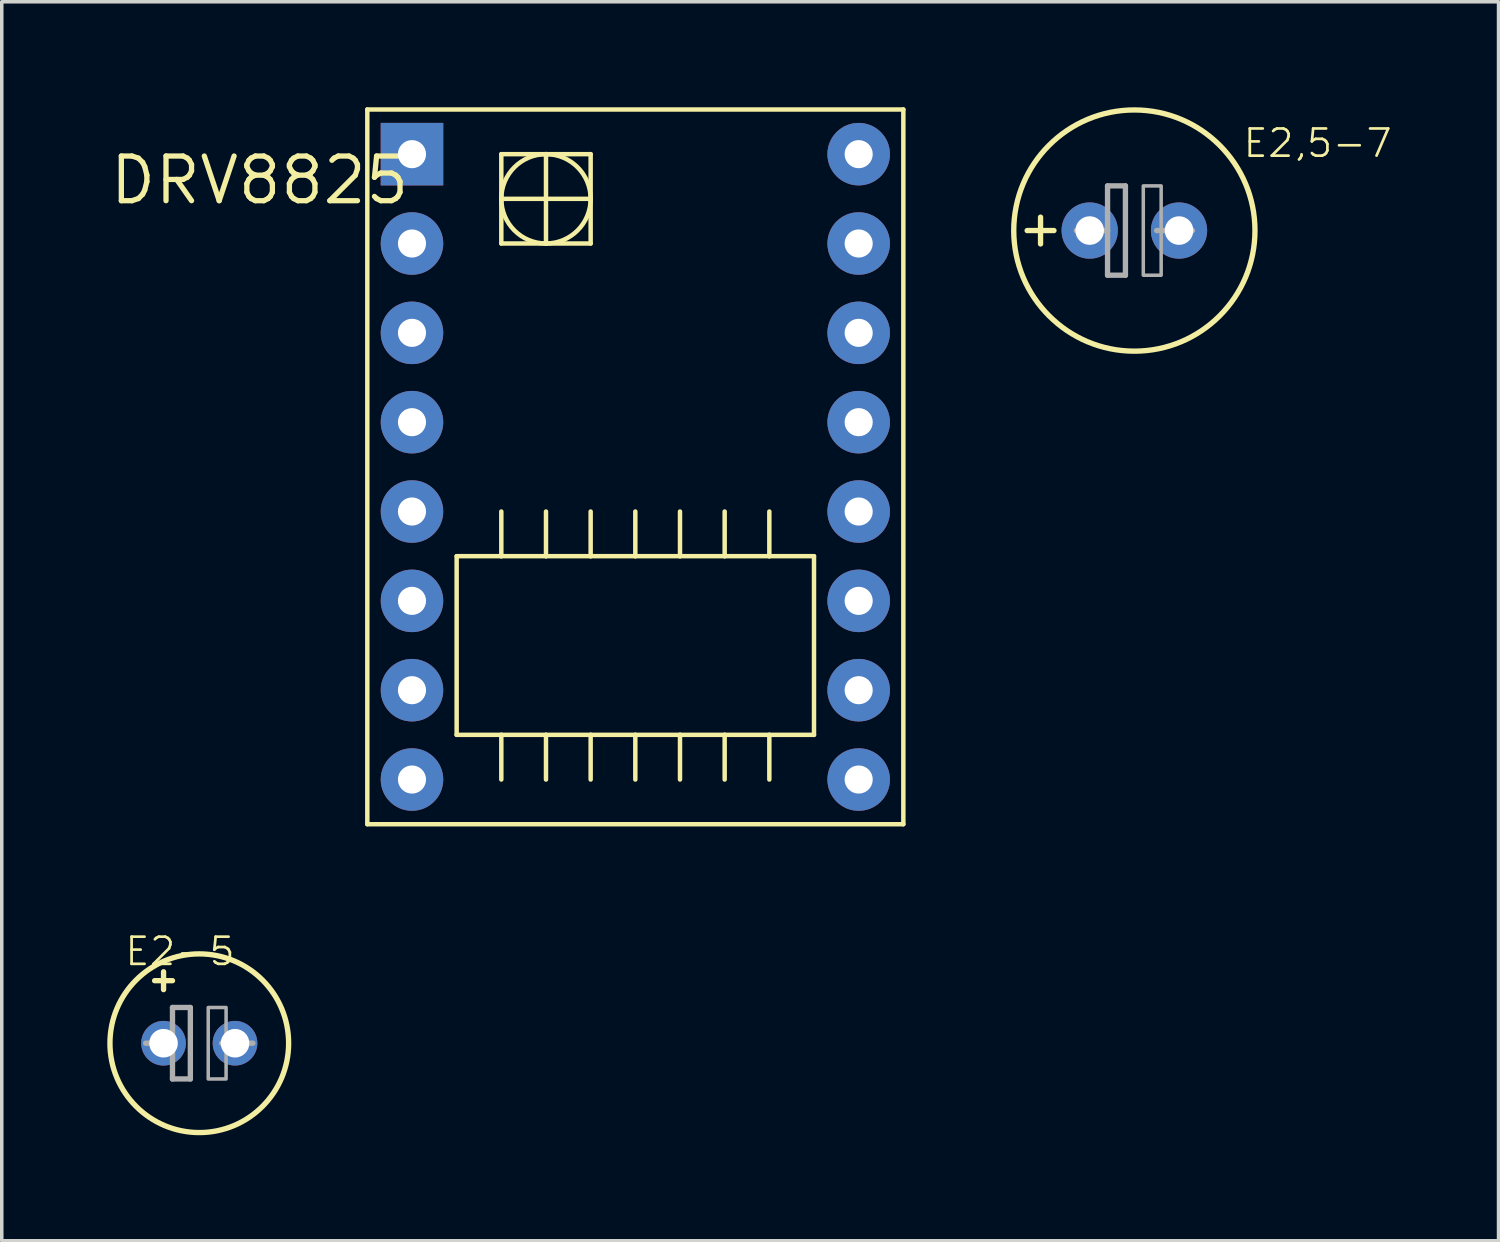
<source format=kicad_pcb>
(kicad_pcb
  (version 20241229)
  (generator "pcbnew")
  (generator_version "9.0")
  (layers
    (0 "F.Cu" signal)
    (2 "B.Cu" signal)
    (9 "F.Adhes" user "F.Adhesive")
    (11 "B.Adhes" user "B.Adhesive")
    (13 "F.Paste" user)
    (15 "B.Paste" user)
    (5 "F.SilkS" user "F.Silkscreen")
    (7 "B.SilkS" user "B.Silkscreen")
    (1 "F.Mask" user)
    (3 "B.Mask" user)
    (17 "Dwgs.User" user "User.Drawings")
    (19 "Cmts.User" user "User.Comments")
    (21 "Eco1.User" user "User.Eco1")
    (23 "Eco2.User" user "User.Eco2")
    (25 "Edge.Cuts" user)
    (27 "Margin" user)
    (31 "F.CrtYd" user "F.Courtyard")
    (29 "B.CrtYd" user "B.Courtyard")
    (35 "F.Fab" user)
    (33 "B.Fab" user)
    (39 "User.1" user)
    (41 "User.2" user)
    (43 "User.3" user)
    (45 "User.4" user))
  (footprint "E2-5"
    (layer "F.Cu")
    (at 2.616 26.61)
    (property "Reference" "E2-5" (at -2.159 -2.159 0) (layer "F.SilkS") (effects (font (size 0.772 0.772) (thickness 0.077)) (justify left bottom)))
    (attr through_hole)
    (fp_line (start -1.27 -1.778) (end -0.762 -1.778) (stroke (width 0.152) (type solid)) (layer "F.SilkS"))
    (fp_line (start -1.016 -1.524) (end -1.016 -2.032) (stroke (width 0.152) (type solid)) (layer "F.SilkS"))
    (fp_circle (center 0 0) (end 2.54 0) (stroke (width 0.152) (type solid)) (fill no) (layer "F.SilkS"))
    (fp_line (start -1.524 0) (end -0.762 0) (stroke (width 0.152) (type solid)) (layer "F.Fab"))
    (fp_line (start -0.762 -1.016) (end -0.762 0) (stroke (width 0.152) (type solid)) (layer "F.Fab"))
    (fp_line (start -0.762 0) (end -0.762 1.016) (stroke (width 0.152) (type solid)) (layer "F.Fab"))
    (fp_line (start -0.762 1.016) (end -0.254 1.016) (stroke (width 0.152) (type solid)) (layer "F.Fab"))
    (fp_line (start -0.254 -1.016) (end -0.762 -1.016) (stroke (width 0.152) (type solid)) (layer "F.Fab"))
    (fp_line (start -0.254 1.016) (end -0.254 -1.016) (stroke (width 0.152) (type solid)) (layer "F.Fab"))
    (fp_line (start 0.635 0) (end 1.524 0) (stroke (width 0.152) (type solid)) (layer "F.Fab"))
    (fp_poly (pts (xy 0.254 1.016) (xy 0.762 1.016) (xy 0.762 -1.016) (xy 0.254 -1.016)) (stroke (width 0.1) (type solid)) (fill no) (layer "F.Fab"))
    (pad "+" thru_hole circle (at -1.016 0) (size 1.27 1.27) (drill 0.813) (layers "*.Cu" "*.Mask"))
    (pad "-" thru_hole circle (at 1.016 0) (size 1.27 1.27) (drill 0.813) (layers "*.Cu" "*.Mask")))
  (footprint "E2,5-7"
    (layer "F.Cu")
    (at 29.201 3.505)
    (property "Reference" "E2,5-7" (at 3.048 -2.032 0) (layer "F.SilkS") (effects (font (size 0.772 0.772) (thickness 0.077)) (justify left bottom)))
    (attr through_hole)
    (fp_line (start -3.048 0) (end -2.286 0) (stroke (width 0.152) (type solid)) (layer "F.SilkS"))
    (fp_line (start -2.667 0.381) (end -2.667 -0.381) (stroke (width 0.152) (type solid)) (layer "F.SilkS"))
    (fp_circle (center 0 0) (end 3.429 0) (stroke (width 0.152) (type solid)) (fill no) (layer "F.SilkS"))
    (fp_line (start -1.651 0) (end -0.762 0) (stroke (width 0.152) (type solid)) (layer "F.Fab"))
    (fp_line (start -0.762 -1.27) (end -0.762 0) (stroke (width 0.152) (type solid)) (layer "F.Fab"))
    (fp_line (start -0.762 0) (end -0.762 1.27) (stroke (width 0.152) (type solid)) (layer "F.Fab"))
    (fp_line (start -0.762 1.27) (end -0.254 1.27) (stroke (width 0.152) (type solid)) (layer "F.Fab"))
    (fp_line (start -0.254 -1.27) (end -0.762 -1.27) (stroke (width 0.152) (type solid)) (layer "F.Fab"))
    (fp_line (start -0.254 1.27) (end -0.254 -1.27) (stroke (width 0.152) (type solid)) (layer "F.Fab"))
    (fp_line (start 0.635 0) (end 1.651 0) (stroke (width 0.152) (type solid)) (layer "F.Fab"))
    (fp_poly (pts (xy 0.254 1.27) (xy 0.762 1.27) (xy 0.762 -1.27) (xy 0.254 -1.27)) (stroke (width 0.1) (type solid)) (fill no) (layer "F.Fab"))
    (pad "+" thru_hole circle (at -1.27 0) (size 1.6 1.6) (drill 0.813) (layers "*.Cu" "*.Mask"))
    (pad "-" thru_hole circle (at 1.27 0) (size 1.6 1.6) (drill 0.813) (layers "*.Cu" "*.Mask")))
  (footprint "DRV8825"
    (layer "F.Cu")
    (at 8.663 1.333)
    (property "Reference" "DRV8825" (at 0 0 0) (layer "F.SilkS") (effects (font (size 1.27 1.27) (thickness 0.15)) (justify right top)))
    (attr through_hole)
    (fp_line (start -1.27 -1.27) (end 13.97 -1.27) (stroke (width 0.127) (type solid)) (layer "F.SilkS"))
    (fp_line (start -1.27 19.05) (end -1.27 -1.27) (stroke (width 0.127) (type solid)) (layer "F.SilkS"))
    (fp_line (start 1.27 11.43) (end 1.27 16.51) (stroke (width 0.127) (type solid)) (layer "F.SilkS"))
    (fp_line (start 1.27 11.43) (end 2.54 11.43) (stroke (width 0.127) (type solid)) (layer "F.SilkS"))
    (fp_line (start 1.27 16.51) (end 2.54 16.51) (stroke (width 0.127) (type solid)) (layer "F.SilkS"))
    (fp_line (start 2.54 0) (end 2.54 1.27) (stroke (width 0.127) (type solid)) (layer "F.SilkS"))
    (fp_line (start 2.54 1.27) (end 2.54 2.54) (stroke (width 0.127) (type solid)) (layer "F.SilkS"))
    (fp_line (start 2.54 1.27) (end 5.08 1.27) (stroke (width 0.127) (type solid)) (layer "F.SilkS"))
    (fp_line (start 2.54 2.54) (end 3.81 2.54) (stroke (width 0.127) (type solid)) (layer "F.SilkS"))
    (fp_line (start 2.54 10.16) (end 2.54 11.43) (stroke (width 0.127) (type solid)) (layer "F.SilkS"))
    (fp_line (start 2.54 11.43) (end 3.81 11.43) (stroke (width 0.127) (type solid)) (layer "F.SilkS"))
    (fp_line (start 2.54 16.51) (end 2.54 17.78) (stroke (width 0.127) (type solid)) (layer "F.SilkS"))
    (fp_line (start 2.54 16.51) (end 3.81 16.51) (stroke (width 0.127) (type solid)) (layer "F.SilkS"))
    (fp_line (start 3.81 0) (end 2.54 0) (stroke (width 0.127) (type solid)) (layer "F.SilkS"))
    (fp_line (start 3.81 0) (end 3.81 2.54) (stroke (width 0.127) (type solid)) (layer "F.SilkS"))
    (fp_line (start 3.81 2.54) (end 5.08 2.54) (stroke (width 0.127) (type solid)) (layer "F.SilkS"))
    (fp_line (start 3.81 11.43) (end 3.81 10.16) (stroke (width 0.127) (type solid)) (layer "F.SilkS"))
    (fp_line (start 3.81 16.51) (end 3.81 17.78) (stroke (width 0.127) (type solid)) (layer "F.SilkS"))
    (fp_line (start 3.81 16.51) (end 5.08 16.51) (stroke (width 0.127) (type solid)) (layer "F.SilkS"))
    (fp_line (start 5.08 0) (end 3.81 0) (stroke (width 0.127) (type solid)) (layer "F.SilkS"))
    (fp_line (start 5.08 1.27) (end 5.08 0) (stroke (width 0.127) (type solid)) (layer "F.SilkS"))
    (fp_line (start 5.08 2.54) (end 5.08 1.27) (stroke (width 0.127) (type solid)) (layer "F.SilkS"))
    (fp_line (start 5.08 10.16) (end 5.08 11.43) (stroke (width 0.127) (type solid)) (layer "F.SilkS"))
    (fp_line (start 5.08 11.43) (end 3.81 11.43) (stroke (width 0.127) (type solid)) (layer "F.SilkS"))
    (fp_line (start 5.08 11.43) (end 6.35 11.43) (stroke (width 0.127) (type solid)) (layer "F.SilkS"))
    (fp_line (start 5.08 16.51) (end 5.08 17.78) (stroke (width 0.127) (type solid)) (layer "F.SilkS"))
    (fp_line (start 5.08 16.51) (end 6.35 16.51) (stroke (width 0.127) (type solid)) (layer "F.SilkS"))
    (fp_line (start 6.35 11.43) (end 6.35 10.16) (stroke (width 0.127) (type solid)) (layer "F.SilkS"))
    (fp_line (start 6.35 16.51) (end 6.35 17.78) (stroke (width 0.127) (type solid)) (layer "F.SilkS"))
    (fp_line (start 6.35 16.51) (end 7.62 16.51) (stroke (width 0.127) (type solid)) (layer "F.SilkS"))
    (fp_line (start 7.62 10.16) (end 7.62 11.43) (stroke (width 0.127) (type solid)) (layer "F.SilkS"))
    (fp_line (start 7.62 11.43) (end 6.35 11.43) (stroke (width 0.127) (type solid)) (layer "F.SilkS"))
    (fp_line (start 7.62 11.43) (end 8.89 11.43) (stroke (width 0.127) (type solid)) (layer "F.SilkS"))
    (fp_line (start 7.62 16.51) (end 7.62 17.78) (stroke (width 0.127) (type solid)) (layer "F.SilkS"))
    (fp_line (start 7.62 16.51) (end 8.89 16.51) (stroke (width 0.127) (type solid)) (layer "F.SilkS"))
    (fp_line (start 8.89 11.43) (end 8.89 10.16) (stroke (width 0.127) (type solid)) (layer "F.SilkS"))
    (fp_line (start 8.89 11.43) (end 10.16 11.43) (stroke (width 0.127) (type solid)) (layer "F.SilkS"))
    (fp_line (start 8.89 16.51) (end 8.89 17.78) (stroke (width 0.127) (type solid)) (layer "F.SilkS"))
    (fp_line (start 8.89 16.51) (end 10.16 16.51) (stroke (width 0.127) (type solid)) (layer "F.SilkS"))
    (fp_line (start 10.16 11.43) (end 10.16 10.16) (stroke (width 0.127) (type solid)) (layer "F.SilkS"))
    (fp_line (start 10.16 16.51) (end 10.16 17.78) (stroke (width 0.127) (type solid)) (layer "F.SilkS"))
    (fp_line (start 10.16 16.51) (end 11.43 16.51) (stroke (width 0.127) (type solid)) (layer "F.SilkS"))
    (fp_line (start 11.43 11.43) (end 10.16 11.43) (stroke (width 0.127) (type solid)) (layer "F.SilkS"))
    (fp_line (start 11.43 16.51) (end 11.43 11.43) (stroke (width 0.127) (type solid)) (layer "F.SilkS"))
    (fp_line (start 13.97 -1.27) (end 13.97 19.05) (stroke (width 0.127) (type solid)) (layer "F.SilkS"))
    (fp_line (start 13.97 19.05) (end -1.27 19.05) (stroke (width 0.127) (type solid)) (layer "F.SilkS"))
    (fp_circle (center 3.81 1.27) (end 5.08 1.27) (stroke (width 0.127) (type solid)) (fill no) (layer "F.SilkS"))
    (pad "P$1" thru_hole rect (at 0 0) (size 1.778 1.778) (drill 0.8) (layers "*.Cu" "*.Mask"))
    (pad "P$2" thru_hole circle (at 0 2.54) (size 1.778 1.778) (drill 0.8) (layers "*.Cu" "*.Mask"))
    (pad "P$3" thru_hole circle (at 0 5.08) (size 1.778 1.778) (drill 0.8) (layers "*.Cu" "*.Mask"))
    (pad "P$4" thru_hole circle (at 0 7.62) (size 1.778 1.778) (drill 0.8) (layers "*.Cu" "*.Mask"))
    (pad "P$5" thru_hole circle (at 0 10.16) (size 1.778 1.778) (drill 0.8) (layers "*.Cu" "*.Mask"))
    (pad "P$6" thru_hole circle (at 0 12.7) (size 1.778 1.778) (drill 0.8) (layers "*.Cu" "*.Mask"))
    (pad "P$7" thru_hole circle (at 0 15.24) (size 1.778 1.778) (drill 0.8) (layers "*.Cu" "*.Mask"))
    (pad "P$8" thru_hole circle (at 0 17.78) (size 1.778 1.778) (drill 0.8) (layers "*.Cu" "*.Mask"))
    (pad "P$9" thru_hole circle (at 12.7 17.78) (size 1.778 1.778) (drill 0.8) (layers "*.Cu" "*.Mask"))
    (pad "P$10" thru_hole circle (at 12.7 15.24) (size 1.778 1.778) (drill 0.8) (layers "*.Cu" "*.Mask"))
    (pad "P$11" thru_hole circle (at 12.7 12.7) (size 1.778 1.778) (drill 0.8) (layers "*.Cu" "*.Mask"))
    (pad "P$12" thru_hole circle (at 12.7 10.16) (size 1.778 1.778) (drill 0.8) (layers "*.Cu" "*.Mask"))
    (pad "P$13" thru_hole circle (at 12.7 7.62) (size 1.778 1.778) (drill 0.8) (layers "*.Cu" "*.Mask"))
    (pad "P$14" thru_hole circle (at 12.7 5.08) (size 1.778 1.778) (drill 0.8) (layers "*.Cu" "*.Mask"))
    (pad "P$15" thru_hole circle (at 12.7 2.54) (size 1.778 1.778) (drill 0.8) (layers "*.Cu" "*.Mask"))
    (pad "P$16" thru_hole circle (at 12.7 0) (size 1.778 1.778) (drill 0.8) (layers "*.Cu" "*.Mask")))
  (gr_rect
    (start -3 -3)
    (end 39.555 32.226)
    (stroke (width 0.1) (type default))
    (fill no)
    (layer "Edge.Cuts")))
</source>
